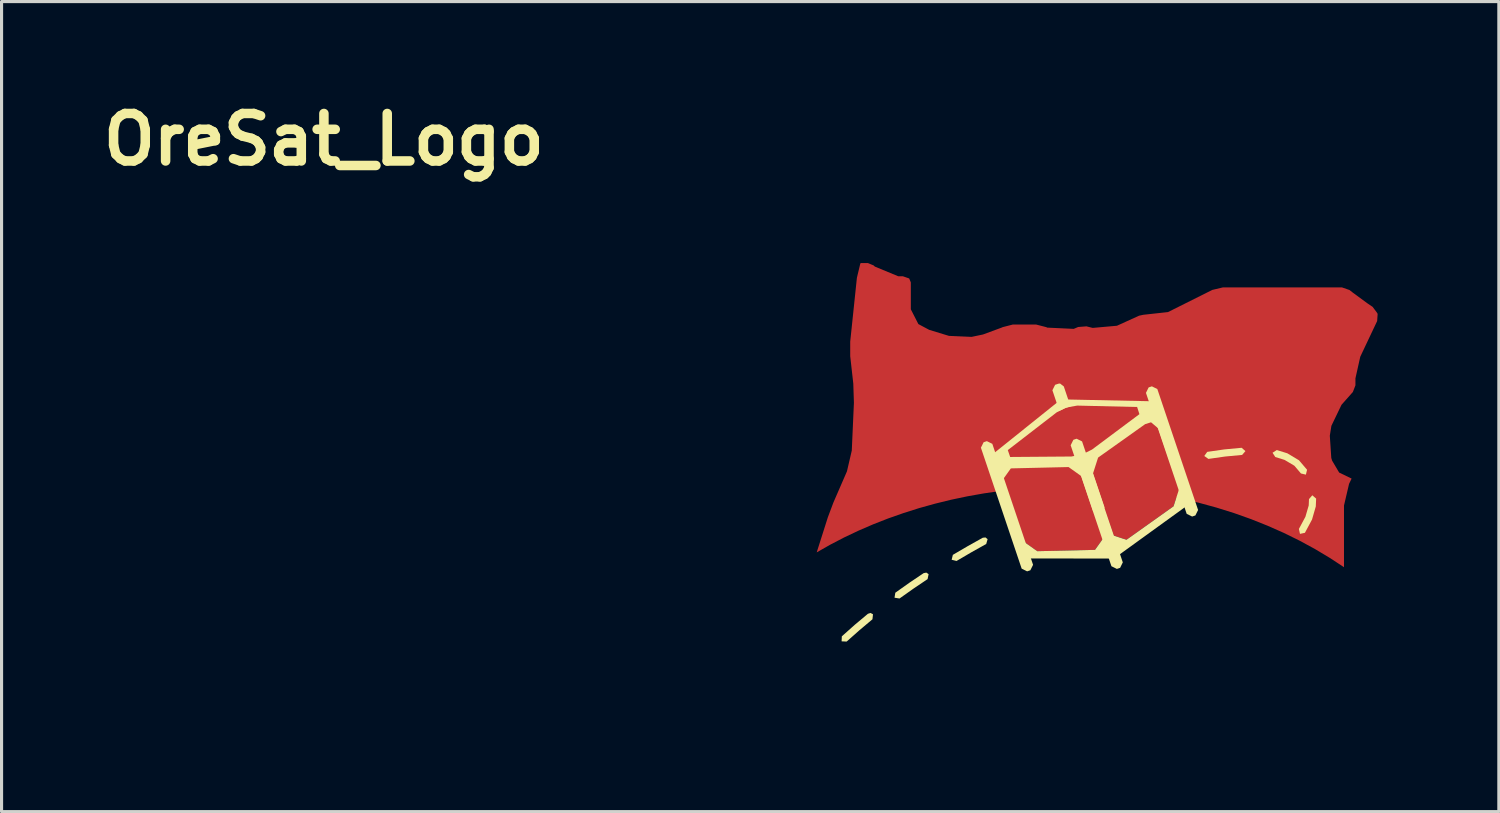
<source format=kicad_pcb>
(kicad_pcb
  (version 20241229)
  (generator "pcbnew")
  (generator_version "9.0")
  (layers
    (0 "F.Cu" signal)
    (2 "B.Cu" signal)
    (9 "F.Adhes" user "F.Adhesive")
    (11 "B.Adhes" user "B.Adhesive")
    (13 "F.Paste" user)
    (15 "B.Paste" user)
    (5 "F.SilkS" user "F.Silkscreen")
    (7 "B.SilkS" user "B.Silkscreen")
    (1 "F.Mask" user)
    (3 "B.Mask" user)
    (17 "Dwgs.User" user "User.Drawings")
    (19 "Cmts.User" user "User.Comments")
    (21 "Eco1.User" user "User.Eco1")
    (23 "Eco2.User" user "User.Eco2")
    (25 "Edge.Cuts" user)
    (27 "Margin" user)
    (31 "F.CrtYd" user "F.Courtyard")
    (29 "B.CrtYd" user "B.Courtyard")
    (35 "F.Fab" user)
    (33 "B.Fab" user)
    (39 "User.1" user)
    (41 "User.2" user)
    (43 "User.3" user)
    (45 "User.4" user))
  (footprint "OreSat_Logo"
    (layer "F.Cu")
    (at 7.344 4.478)
    (property "Reference" "OreSat_Logo" (at 0 -3.052 0) (layer "F.SilkS") (effects (font (size 1.524 1.524) (thickness 0.305))))
    (attr exclude_from_pos_files exclude_from_bom)
    (fp_poly (pts (xy 33.05 7.834) (xy 33.111 7.839) (xy 33.05 7.834)) (stroke (width 0) (type solid)) (fill yes) (layer "F.Cu"))
    (fp_poly (pts (xy 24.998 9.758) (xy 24.743 10.116) (xy 22.891 10.16) (xy 22.411 9.819) (xy 21.787 7.86) (xy 22.043 7.502) (xy 23.895 7.458) (xy 24.373 7.8) (xy 24.998 9.758)) (stroke (width 0) (type solid)) (fill yes) (layer "F.Cu"))
    (fp_poly (pts (xy 26.772 6.217) (xy 26.353 6.082) (xy 24.842 7.156) (xy 24.663 7.715) (xy 25.336 9.658) (xy 25.754 9.792) (xy 27.264 8.718) (xy 27.443 8.159) (xy 26.772 6.217)) (stroke (width 0) (type solid)) (fill yes) (layer "F.Cu"))
    (fp_poly (pts (xy 24.172 5.487) (xy 23.828 5.547) (xy 23.515 5.703) (xy 21.945 6.915) (xy 22.021 7.136) (xy 23.986 7.121) (xy 24.331 7.054) (xy 24.647 6.898) (xy 26.168 5.762) (xy 26.095 5.532) (xy 24.172 5.487)) (stroke (width 0) (type solid)) (fill yes) (layer "F.Cu"))
    (fp_poly (pts (xy 17.221 0.914) (xy 17.207 0.951) (xy 17.207 0.952) (xy 17.103 1.384) (xy 16.888 3.436) (xy 16.888 3.9) (xy 16.987 4.782) (xy 16.987 4.785) (xy 17.007 5.394) (xy 17.007 5.397) (xy 16.939 6.921) (xy 16.939 6.928) (xy 16.785 7.591) (xy 16.783 7.598) (xy 16.348 8.599) (xy 16.348 8.599) (xy 16.171 9.07) (xy 16.171 9.07) (xy 15.813 10.197) (xy 16.246 9.951) (xy 16.692 9.719) (xy 17.152 9.501) (xy 17.622 9.298) (xy 18.104 9.109) (xy 18.597 8.936) (xy 19.098 8.777) (xy 19.608 8.635) (xy 20.125 8.508) (xy 20.649 8.398) (xy 21.179 8.304) (xy 21.713 8.226) (xy 22.252 8.165) (xy 22.793 8.121) (xy 23.336 8.093) (xy 23.881 8.083) (xy 24.489 8.094) (xy 25.096 8.127) (xy 25.7 8.181) (xy 26.3 8.255) (xy 26.895 8.351) (xy 27.483 8.466) (xy 28.064 8.602) (xy 28.635 8.758) (xy 29.196 8.933) (xy 29.745 9.128) (xy 30.281 9.342) (xy 30.804 9.573) (xy 31.311 9.823) (xy 31.803 10.09) (xy 32.277 10.374) (xy 32.733 10.673) (xy 32.733 8.703) (xy 32.733 8.693) (xy 32.895 8.001) (xy 32.897 7.995) (xy 32.977 7.829) (xy 32.578 7.636) (xy 32.353 7.256) (xy 32.352 7.254) (xy 32.327 7.173) (xy 32.325 7.165) (xy 32.278 6.454) (xy 32.279 6.447) (xy 32.327 6.145) (xy 32.33 6.133) (xy 32.653 5.462) (xy 32.659 5.455) (xy 33.018 5.05) (xy 33.1 4.837) (xy 33.1 4.622) (xy 33.1 4.614) (xy 33.254 3.923) (xy 33.257 3.915) (xy 33.797 2.774) (xy 33.812 2.553) (xy 33.803 2.522) (xy 33.652 2.319) (xy 33.481 2.203) (xy 33.481 2.203) (xy 33.01 1.857) (xy 33.01 1.857) (xy 32.909 1.778) (xy 32.667 1.694) (xy 28.849 1.694) (xy 28.507 1.775) (xy 27.086 2.486) (xy 27.085 2.486) (xy 26.293 2.573) (xy 26.158 2.602) (xy 25.456 2.921) (xy 25.445 2.925) (xy 24.671 2.994) (xy 24.66 2.992) (xy 24.468 2.944) (xy 24.202 2.965) (xy 24.07 3.021) (xy 24.059 3.025) (xy 23.211 2.985) (xy 23.2 2.98) (xy 23.181 2.97) (xy 22.854 2.886) (xy 22.106 2.886) (xy 21.778 2.97) (xy 21.766 2.976) (xy 21.762 2.979) (xy 21.147 3.206) (xy 21.141 3.207) (xy 20.793 3.28) (xy 20.784 3.282) (xy 20.06 3.25) (xy 20.051 3.248) (xy 19.422 3.056) (xy 19.075 2.871) (xy 18.833 2.397) (xy 18.833 1.533) (xy 18.78 1.407) (xy 18.58 1.338) (xy 18.442 1.338) (xy 18.43 1.337) (xy 17.678 1.026) (xy 17.67 1.018) (xy 17.641 0.99) (xy 17.458 0.914) (xy 17.221 0.914)) (stroke (width 0) (type solid)) (fill yes) (layer "F.Cu"))
    (fp_poly (pts (xy 24.827 8.119) (xy 25.369 9.727) (xy 25.754 9.792) (xy 27.264 8.718) (xy 27.442 8.459) (xy 26.798 8.337) (xy 26.146 8.24) (xy 25.489 8.167) (xy 24.827 8.119)) (stroke (width 0) (type solid)) (fill yes) (layer "F.Mask"))
    (fp_poly (pts (xy 24.998 9.758) (xy 24.743 10.116) (xy 22.891 10.16) (xy 22.411 9.819) (xy 21.787 7.86) (xy 22.043 7.502) (xy 23.895 7.458) (xy 24.373 7.8) (xy 24.998 9.758)) (stroke (width 0) (type solid)) (fill yes) (layer "F.Mask"))
    (fp_poly (pts (xy 26.772 6.217) (xy 26.353 6.082) (xy 24.842 7.156) (xy 24.663 7.715) (xy 25.336 9.658) (xy 25.754 9.792) (xy 27.264 8.718) (xy 27.443 8.159) (xy 26.772 6.217)) (stroke (width 0) (type solid)) (fill yes) (layer "F.Mask"))
    (fp_poly (pts (xy 24.172 5.487) (xy 23.828 5.547) (xy 23.515 5.703) (xy 21.945 6.915) (xy 22.021 7.136) (xy 23.986 7.121) (xy 24.331 7.054) (xy 24.647 6.898) (xy 26.168 5.762) (xy 26.095 5.532) (xy 24.172 5.487)) (stroke (width 0) (type solid)) (fill yes) (layer "F.Mask"))
    (fp_poly (pts (xy 23.881 8.083) (xy 23.396 8.094) (xy 22.913 8.118) (xy 22.431 8.156) (xy 21.951 8.207) (xy 22.565 10.032) (xy 22.891 10.159) (xy 24.743 10.116) (xy 25.013 9.879) (xy 24.415 8.103) (xy 24.148 8.091) (xy 23.881 8.083)) (stroke (width 0) (type solid)) (fill yes) (layer "F.Mask"))
    (fp_poly (pts (xy 21.559 8.254) (xy 20.687 8.395) (xy 19.83 8.58) (xy 18.992 8.808) (xy 18.177 9.079) (xy 17.388 9.39) (xy 16.63 9.74) (xy 15.905 10.128) (xy 15.218 10.552) (xy 14.879 11.617) (xy 14.83 11.883) (xy 14.83 12.153) (xy 15.037 13.808) (xy 15.273 14.266) (xy 15.512 14.488) (xy 15.732 14.642) (xy 15.979 14.749) (xy 16.774 14.968) (xy 16.774 13.059) (xy 16.612 13.052) (xy 16.619 12.891) (xy 17.033 12.522) (xy 17.457 12.167) (xy 17.541 12.141) (xy 17.619 12.183) (xy 17.602 12.344) (xy 17.183 12.696) (xy 16.774 13.059) (xy 16.774 14.968) (xy 16.778 14.969) (xy 17.047 15.021) (xy 17.319 15.043) (xy 18.47 15.043) (xy 18.47 11.677) (xy 18.31 11.652) (xy 18.335 11.492) (xy 18.786 11.172) (xy 19.245 10.863) (xy 19.331 10.846) (xy 19.404 10.896) (xy 19.371 11.055) (xy 18.917 11.361) (xy 18.47 11.677) (xy 18.47 15.043) (xy 20.3 15.043) (xy 20.3 10.473) (xy 20.143 10.434) (xy 20.182 10.276) (xy 20.659 9.997) (xy 21.142 9.727) (xy 21.229 9.718) (xy 21.297 9.773) (xy 21.252 9.928) (xy 20.773 10.196) (xy 20.3 10.473) (xy 20.3 15.043) (xy 27.592 15.043) (xy 27.868 15.033) (xy 28.143 15.008) (xy 30.854 14.664) (xy 31.126 14.659) (xy 31.395 14.695) (xy 32.924 15.069) (xy 33.191 14.951) (xy 33.191 10.983) (xy 32.63 10.585) (xy 32.038 10.212) (xy 31.417 9.867) (xy 30.77 9.549) (xy 30.099 9.261) (xy 29.406 9.002) (xy 28.693 8.775) (xy 27.964 8.579) (xy 28.051 8.837) (xy 27.964 9.012) (xy 27.86 9.047) (xy 27.685 8.961) (xy 27.616 8.756) (xy 25.546 10.254) (xy 25.635 10.518) (xy 25.549 10.693) (xy 25.444 10.728) (xy 25.27 10.641) (xy 25.187 10.395) (xy 22.687 10.392) (xy 22.756 10.596) (xy 22.669 10.771) (xy 22.565 10.806) (xy 22.39 10.719) (xy 21.559 8.254)) (stroke (width 0) (type solid)) (fill yes) (layer "F.Mask"))
    (fp_poly (pts (xy 17.17 -0.004) (xy 17.159 -0.003) (xy 16.698 0.153) (xy 16.387 0.527) (xy 16.382 0.539) (xy 16.378 0.551) (xy 16.345 0.638) (xy 16.343 0.642) (xy 16.193 1.268) (xy 16.192 1.273) (xy 15.975 3.35) (xy 15.975 3.353) (xy 15.975 3.982) (xy 15.975 3.987) (xy 16.074 4.874) (xy 16.074 4.875) (xy 16.09 5.366) (xy 16.09 5.366) (xy 16.023 6.862) (xy 15.934 7.249) (xy 15.506 8.233) (xy 15.506 8.233) (xy 15.506 8.233) (xy 15.297 8.791) (xy 15.297 8.791) (xy 14.44 11.486) (xy 14.438 11.494) (xy 14.373 12.193) (xy 14.374 12.202) (xy 14.583 13.877) (xy 14.586 13.889) (xy 14.945 14.587) (xy 14.953 14.595) (xy 15.206 14.83) (xy 15.213 14.836) (xy 15.84 15.186) (xy 15.848 15.189) (xy 16.661 15.413) (xy 16.666 15.414) (xy 17.309 15.501) (xy 17.314 15.501) (xy 27.588 15.501) (xy 27.588 14.584) (xy 17.329 14.584) (xy 16.891 14.525) (xy 16.115 14.31) (xy 15.813 14.142) (xy 15.6 13.944) (xy 15.49 13.73) (xy 15.287 12.109) (xy 15.32 11.743) (xy 16.171 9.07) (xy 16.171 9.07) (xy 16.348 8.599) (xy 16.348 8.599) (xy 16.783 7.598) (xy 16.785 7.591) (xy 16.939 6.928) (xy 16.939 6.921) (xy 17.007 5.397) (xy 17.007 5.394) (xy 16.987 4.785) (xy 16.987 4.782) (xy 16.888 3.9) (xy 16.888 3.436) (xy 17.103 1.384) (xy 17.207 0.951) (xy 17.207 0.951) (xy 17.221 0.914) (xy 17.458 0.914) (xy 17.641 0.99) (xy 17.67 1.018) (xy 17.678 1.026) (xy 18.43 1.337) (xy 18.442 1.338) (xy 18.58 1.338) (xy 18.78 1.407) (xy 18.833 1.533) (xy 18.833 2.397) (xy 19.075 2.871) (xy 19.422 3.056) (xy 20.051 3.248) (xy 20.06 3.25) (xy 20.784 3.282) (xy 20.793 3.28) (xy 21.141 3.207) (xy 21.147 3.206) (xy 21.762 2.979) (xy 21.766 2.976) (xy 21.778 2.97) (xy 22.106 2.886) (xy 22.854 2.886) (xy 23.181 2.97) (xy 23.2 2.98) (xy 23.211 2.985) (xy 24.059 3.025) (xy 24.07 3.021) (xy 24.202 2.965) (xy 24.468 2.944) (xy 24.66 2.992) (xy 24.671 2.994) (xy 25.445 2.925) (xy 25.456 2.921) (xy 26.158 2.602) (xy 26.293 2.573) (xy 27.085 2.486) (xy 27.086 2.486) (xy 28.507 1.775) (xy 28.849 1.694) (xy 32.667 1.694) (xy 32.909 1.778) (xy 33.01 1.857) (xy 33.01 1.857) (xy 33.481 2.203) (xy 33.481 2.203) (xy 33.652 2.319) (xy 33.803 2.522) (xy 33.812 2.553) (xy 33.797 2.774) (xy 33.257 3.915) (xy 33.254 3.923) (xy 33.1 4.614) (xy 33.1 4.622) (xy 33.1 4.837) (xy 33.018 5.05) (xy 32.659 5.455) (xy 32.653 5.462) (xy 32.33 6.133) (xy 32.327 6.145) (xy 32.279 6.447) (xy 32.278 6.454) (xy 32.325 7.165) (xy 32.327 7.173) (xy 32.352 7.254) (xy 32.353 7.256) (xy 32.578 7.636) (xy 32.977 7.829) (xy 32.897 7.995) (xy 32.895 8.001) (xy 32.733 8.693) (xy 32.733 8.703) (xy 32.733 14.55) (xy 31.496 14.248) (xy 31.489 14.246) (xy 30.811 14.208) (xy 30.804 14.208) (xy 28.09 14.552) (xy 28.089 14.552) (xy 27.588 14.584) (xy 27.588 15.501) (xy 27.595 15.501) (xy 27.597 15.501) (xy 28.196 15.463) (xy 28.198 15.463) (xy 30.899 15.121) (xy 31.298 15.144) (xy 32.815 15.515) (xy 32.816 15.515) (xy 33.111 15.494) (xy 33.111 7.839) (xy 33.05 7.834) (xy 33.111 7.839) (xy 33.111 15.494) (xy 33.298 15.481) (xy 33.65 14.951) (xy 33.65 8.728) (xy 33.733 8.375) (xy 33.809 8.216) (xy 33.809 8.216) (xy 33.854 7.395) (xy 33.216 6.933) (xy 33.227 6.978) (xy 33.213 6.933) (xy 33.111 6.922) (xy 33.213 6.932) (xy 33.211 6.927) (xy 33.188 6.573) (xy 33.228 6.322) (xy 33.362 6.045) (xy 33.726 5.636) (xy 33.733 5.626) (xy 34.016 4.884) (xy 34.017 4.871) (xy 34.017 4.643) (xy 34.097 4.287) (xy 34.641 3.135) (xy 34.645 3.124) (xy 34.702 2.326) (xy 34.699 2.315) (xy 34.671 2.222) (xy 34.667 2.211) (xy 34.203 1.584) (xy 34.193 1.577) (xy 33.996 1.444) (xy 33.995 1.443) (xy 33.581 1.139) (xy 33.579 1.137) (xy 33.453 1.039) (xy 33.445 1.033) (xy 32.709 0.777) (xy 32.698 0.776) (xy 28.824 0.776) (xy 28.815 0.777) (xy 28.124 0.941) (xy 28.117 0.945) (xy 26.675 1.666) (xy 26.675 1.666) (xy 26.562 1.696) (xy 25.78 1.767) (xy 25.78 1.767) (xy 25.107 2.072) (xy 24.853 2.094) (xy 24.661 2.046) (xy 24.65 2.044) (xy 23.88 2.106) (xy 23.871 2.109) (xy 23.743 2.163) (xy 23.607 2.157) (xy 23.598 2.152) (xy 23.59 2.148) (xy 22.888 1.969) (xy 22.879 1.969) (xy 22.081 1.969) (xy 22.072 1.969) (xy 21.37 2.148) (xy 21.362 2.152) (xy 21.341 2.163) (xy 20.936 2.313) (xy 20.629 2.377) (xy 20.294 2.362) (xy 19.751 2.197) (xy 19.751 1.498) (xy 19.75 1.485) (xy 19.401 0.726) (xy 19.383 0.708) (xy 19.363 0.693) (xy 18.623 0.421) (xy 18.612 0.42) (xy 18.476 0.42) (xy 18.293 0.344) (xy 18.264 0.315) (xy 18.256 0.308) (xy 17.505 -0.003) (xy 17.492 -0.004) (xy 17.17 -0.004)) (stroke (width 0) (type solid)) (fill yes) (layer "F.Mask"))
    (fp_poly (pts (xy 24.459 7.001) (xy 24.277 7.068) (xy 24.088 7.108) (xy 24.684 8.876) (xy 24.858 8.963) (xy 24.962 8.928) (xy 25.049 8.753) (xy 24.459 7.001)) (stroke (width 0) (type solid)) (fill yes) (layer "F.SilkS"))
    (fp_poly (pts (xy 21.169 6.663) (xy 21.082 6.838) (xy 22.39 10.719) (xy 22.565 10.806) (xy 22.669 10.771) (xy 22.756 10.596) (xy 21.448 6.714) (xy 21.273 6.628) (xy 21.169 6.663)) (stroke (width 0) (type solid)) (fill yes) (layer "F.SilkS"))
    (fp_poly (pts (xy 23.621 4.778) (xy 23.567 4.785) (xy 23.463 4.82) (xy 23.376 4.995) (xy 23.598 5.654) (xy 23.773 5.57) (xy 23.958 5.514) (xy 23.742 4.872) (xy 23.621 4.778)) (stroke (width 0) (type solid)) (fill yes) (layer "F.SilkS"))
    (fp_poly (pts (xy 24.049 6.585) (xy 23.962 6.76) (xy 25.27 10.641) (xy 25.445 10.728) (xy 25.549 10.693) (xy 25.635 10.518) (xy 24.328 6.636) (xy 24.153 6.55) (xy 24.049 6.585)) (stroke (width 0) (type solid)) (fill yes) (layer "F.SilkS"))
    (fp_poly (pts (xy 26.464 4.904) (xy 26.378 5.079) (xy 27.685 8.96) (xy 27.86 9.047) (xy 27.964 9.012) (xy 28.051 8.837) (xy 26.743 4.956) (xy 26.568 4.869) (xy 26.464 4.904)) (stroke (width 0) (type solid)) (fill yes) (layer "F.SilkS"))
    (fp_poly (pts (xy 29.448 6.841) (xy 28.894 6.893) (xy 28.344 6.972) (xy 28.25 7.104) (xy 28.382 7.198) (xy 28.921 7.121) (xy 29.464 7.07) (xy 29.57 6.947) (xy 29.448 6.841)) (stroke (width 0) (type solid)) (fill yes) (layer "F.SilkS"))
    (fp_poly (pts (xy 21.229 9.718) (xy 21.142 9.727) (xy 20.659 9.997) (xy 20.182 10.276) (xy 20.143 10.434) (xy 20.3 10.473) (xy 20.773 10.196) (xy 21.252 9.928) (xy 21.297 9.773) (xy 21.229 9.718)) (stroke (width 0) (type solid)) (fill yes) (layer "F.SilkS"))
    (fp_poly (pts (xy 17.541 12.141) (xy 17.457 12.167) (xy 17.033 12.522) (xy 16.619 12.891) (xy 16.612 13.052) (xy 16.774 13.059) (xy 17.183 12.696) (xy 17.602 12.344) (xy 17.619 12.183) (xy 17.541 12.141) (xy 17.541 12.141)) (stroke (width 0) (type solid)) (fill yes) (layer "F.SilkS"))
    (fp_poly (pts (xy 19.331 10.846) (xy 19.245 10.863) (xy 18.786 11.172) (xy 18.335 11.492) (xy 18.31 11.652) (xy 18.47 11.677) (xy 18.917 11.361) (xy 19.371 11.055) (xy 19.404 10.896) (xy 19.331 10.846) (xy 19.331 10.846)) (stroke (width 0) (type solid)) (fill yes) (layer "F.SilkS"))
    (fp_poly (pts (xy 30.577 6.913) (xy 30.44 7) (xy 30.528 7.137) (xy 30.827 7.23) (xy 31.141 7.417) (xy 31.141 7.417) (xy 31.352 7.665) (xy 31.51 7.703) (xy 31.548 7.546) (xy 31.289 7.242) (xy 31.289 7.242) (xy 30.915 7.018) (xy 30.577 6.913) (xy 30.577 6.913)) (stroke (width 0) (type solid)) (fill yes) (layer "F.SilkS"))
    (fp_poly (pts (xy 31.716 8.365) (xy 31.61 8.487) (xy 31.601 8.691) (xy 31.495 9.055) (xy 31.286 9.445) (xy 31.321 9.603) (xy 31.479 9.569) (xy 31.707 9.144) (xy 31.707 9.144) (xy 31.707 9.144) (xy 31.828 8.724) (xy 31.828 8.724) (xy 31.839 8.471) (xy 31.716 8.365) (xy 31.716 8.365)) (stroke (width 0) (type solid)) (fill yes) (layer "F.SilkS"))
    (fp_poly (pts (xy 23.791 5.29) (xy 23.546 5.373) (xy 21.413 7.084) (xy 21.346 7.302) (xy 22.267 10.26) (xy 22.446 10.391) (xy 22.891 10.392) (xy 22.891 10.159) (xy 22.411 9.819) (xy 21.787 7.86) (xy 22.021 7.533) (xy 22.021 7.136) (xy 21.945 6.915) (xy 23.515 5.703) (xy 23.828 5.547) (xy 24.172 5.487) (xy 26.095 5.532) (xy 26.168 5.762) (xy 24.647 6.898) (xy 24.331 7.054) (xy 23.985 7.121) (xy 22.021 7.136) (xy 22.021 7.533) (xy 22.043 7.502) (xy 23.895 7.459) (xy 24.373 7.8) (xy 24.998 9.758) (xy 24.743 10.116) (xy 22.891 10.159) (xy 22.891 10.392) (xy 25.213 10.395) (xy 25.462 10.315) (xy 25.754 10.103) (xy 25.754 9.792) (xy 25.336 9.658) (xy 24.663 7.715) (xy 24.842 7.156) (xy 26.353 6.082) (xy 26.541 6.023) (xy 26.772 6.217) (xy 27.443 8.159) (xy 27.264 8.718) (xy 25.754 9.792) (xy 25.754 10.103) (xy 27.779 8.638) (xy 27.844 8.428) (xy 26.804 5.482) (xy 26.62 5.349) (xy 23.791 5.29)) (stroke (width 0) (type solid)) (fill yes) (layer "F.SilkS")))
  (gr_rect
    (start -3 -3)
    (end 45.046 22.993)
    (stroke (width 0.1) (type default))
    (fill no)
    (layer "Edge.Cuts")))
</source>
